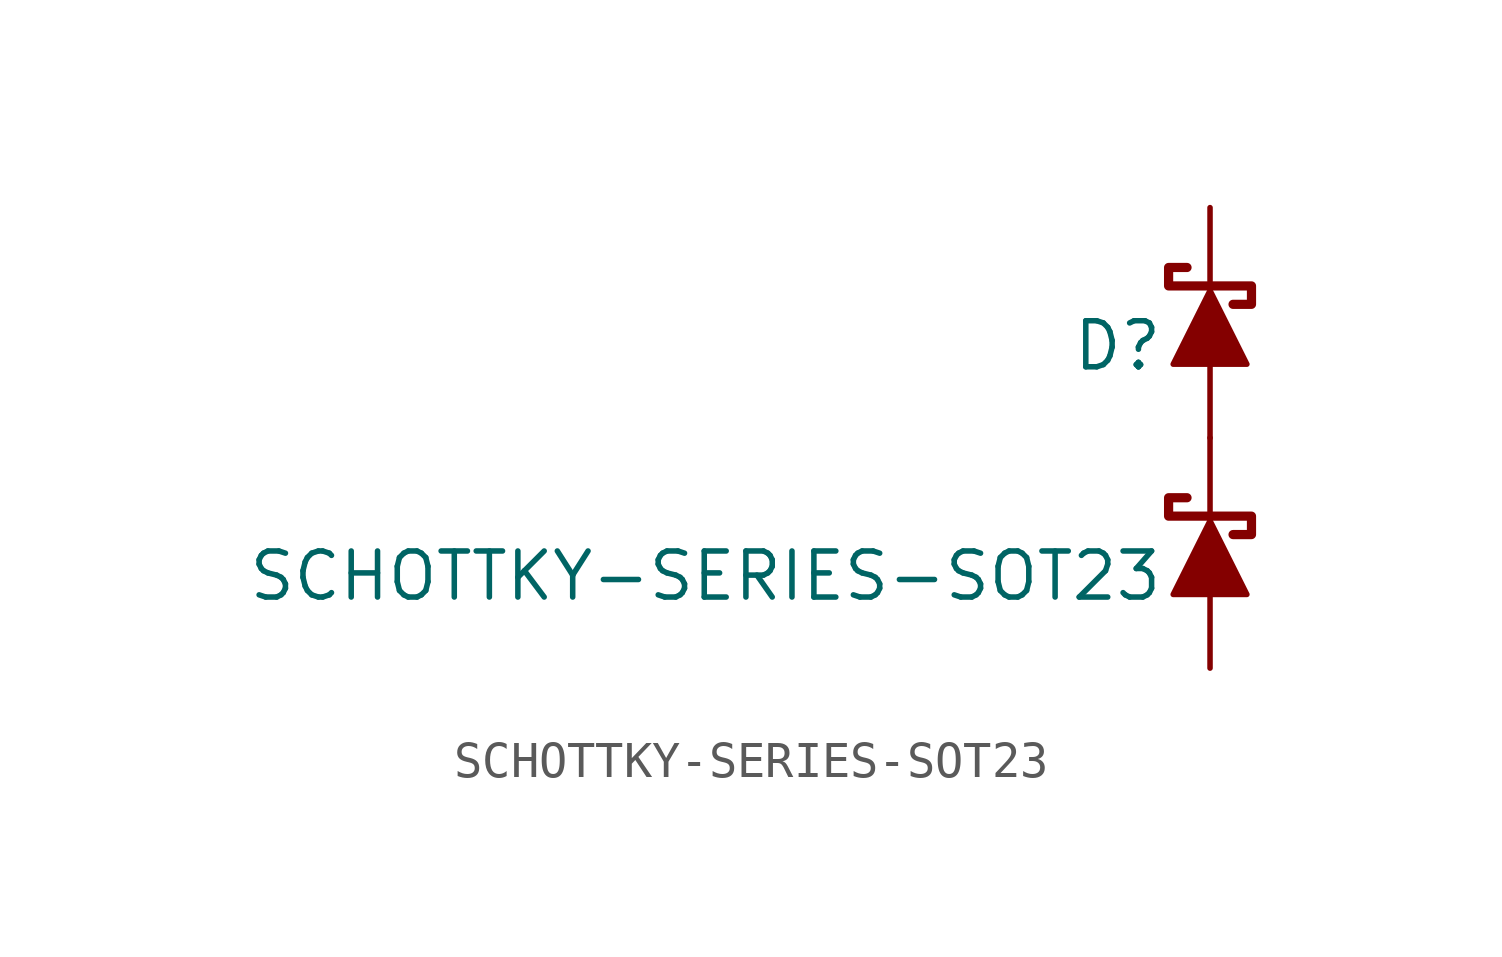
<source format=kicad_sym>
(kicad_symbol_lib
  (version 20211014)
  (generator kicad_symbol_editor)
  (symbol "SCHOTTKY-SERIES-SOT23"
    (pin_numbers hide)
    (pin_names
      (offset 1.016) hide)
    (property "Reference" "D"
      (at -1.27 2.54 0)
      (effects (font (size 1.27 1.27)) (justify right)))
    (property "Value" "SCHOTTKY-SERIES-SOT23"
      (at -1.27 -3.81 0)
      (effects (font (size 1.27 1.27)) (justify right)))
    (symbol "SCHOTTKY-SERIES-SOT23_0_1"
      (polyline (pts (xy 0 0) (xy 0 -2.54)) (stroke (width 0) (type default) (color 0 0 0 0)) (fill (type none)))
      (polyline (pts (xy 1.016 -4.318) (xy -1.016 -4.318) (xy 0 -2.286) (xy 1.016 -4.318)) (stroke (width 0) (type default) (color 0 0 0 0)) (fill (type outline)))
      (polyline (pts (xy 1.016 2.032) (xy -1.016 2.032) (xy 0 4.064) (xy 1.016 2.032)) (stroke (width 0) (type default) (color 0 0 0 0)) (fill (type outline)))
      (polyline (pts (xy -0.635 -1.651) (xy -1.143 -1.651) (xy -1.143 -2.159) (xy 1.143 -2.159) (xy 1.143 -2.667) (xy 0.635 -2.667)) (stroke (width 0.254) (type default) (color 0 0 0 0)) (fill (type none)))
      (polyline (pts (xy -0.635 4.699) (xy -1.143 4.699) (xy -1.143 4.191) (xy 1.143 4.191) (xy 1.143 3.683) (xy 0.635 3.683)) (stroke (width 0.254) (type default) (color 0 0 0 0)) (fill (type none))))
    (symbol "SCHOTTKY-SERIES-SOT23_1_1"
      (pin passive line (at 0 -6.35 90) (length 2.032) (name "~" (effects (font (size 1.27 1.27)))) (number "1" (effects (font (size 1.27 1.27)))))
      (pin passive line (at 0 6.35 270) (length 2.032) (name "~" (effects (font (size 1.27 1.27)))) (number "2" (effects (font (size 1.27 1.27)))))
      (pin passive line (at 0 0 90) (length 2.032) (name "~" (effects (font (size 1.27 1.27)))) (number "3" (effects (font (size 1.27 1.27))))))))
</source>
